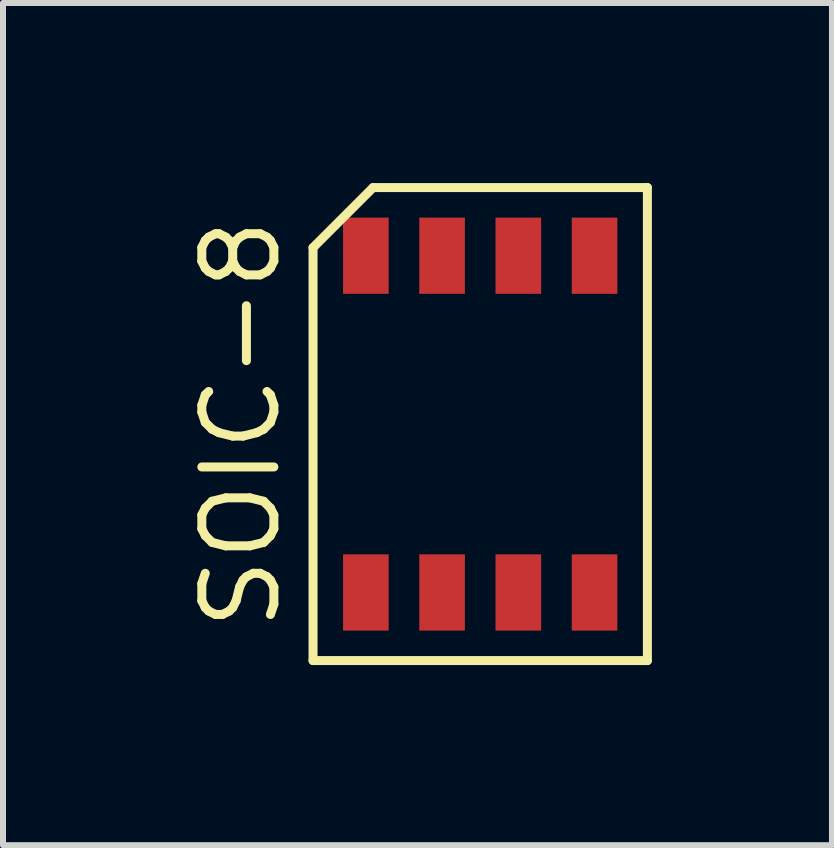
<source format=kicad_pcb>
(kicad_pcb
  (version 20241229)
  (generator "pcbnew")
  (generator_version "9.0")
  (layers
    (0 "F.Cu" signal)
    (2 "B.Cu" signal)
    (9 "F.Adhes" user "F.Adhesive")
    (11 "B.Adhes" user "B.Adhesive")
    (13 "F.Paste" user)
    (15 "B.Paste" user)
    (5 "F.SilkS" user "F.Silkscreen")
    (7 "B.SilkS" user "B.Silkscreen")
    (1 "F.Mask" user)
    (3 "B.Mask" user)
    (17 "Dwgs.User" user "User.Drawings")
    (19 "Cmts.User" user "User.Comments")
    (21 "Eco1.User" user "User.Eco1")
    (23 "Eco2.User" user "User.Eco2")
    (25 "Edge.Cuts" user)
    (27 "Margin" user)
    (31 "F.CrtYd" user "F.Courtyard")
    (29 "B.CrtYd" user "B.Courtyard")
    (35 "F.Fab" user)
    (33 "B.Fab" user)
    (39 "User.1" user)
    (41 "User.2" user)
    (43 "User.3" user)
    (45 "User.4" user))
  (footprint "SOIC-8"
    (layer "F.Cu")
    (at 4.95 4.015)
    (property "Reference" "SOIC-8" (at -3.985 0 90) (layer "F.SilkS") (effects (font (size 1.2 1.2) (thickness 0.15))))
    (attr through_hole)
    (fp_line (start -2.785 -2.94) (end -2.785 3.94) (stroke (width 0.15) (type solid)) (layer "F.SilkS"))
    (fp_line (start -2.785 3.94) (end 2.785 3.94) (stroke (width 0.15) (type solid)) (layer "F.SilkS"))
    (fp_line (start -1.785 -3.94) (end -2.785 -2.94) (stroke (width 0.15) (type solid)) (layer "F.SilkS"))
    (fp_line (start 2.785 -3.94) (end -1.785 -3.94) (stroke (width 0.15) (type solid)) (layer "F.SilkS"))
    (fp_line (start 2.785 3.94) (end 2.785 -3.94) (stroke (width 0.15) (type solid)) (layer "F.SilkS"))
    (pad "1" smd rect (at -1.905 2.805) (size 0.76 1.27) (layers "F.Cu" "F.Mask" "F.Paste"))
    (pad "2" smd rect (at -0.635 2.805) (size 0.76 1.27) (layers "F.Cu" "F.Mask" "F.Paste"))
    (pad "3" smd rect (at 0.635 2.805) (size 0.76 1.27) (layers "F.Cu" "F.Mask" "F.Paste"))
    (pad "4" smd rect (at 1.905 2.805) (size 0.76 1.27) (layers "F.Cu" "F.Mask" "F.Paste"))
    (pad "5" smd rect (at 1.905 -2.805) (size 0.76 1.27) (layers "F.Cu" "F.Mask" "F.Paste"))
    (pad "6" smd rect (at 0.635 -2.805) (size 0.76 1.27) (layers "F.Cu" "F.Mask" "F.Paste"))
    (pad "7" smd rect (at -0.635 -2.805) (size 0.76 1.27) (layers "F.Cu" "F.Mask" "F.Paste"))
    (pad "8" smd rect (at -1.905 -2.805) (size 0.76 1.27) (layers "F.Cu" "F.Mask" "F.Paste")))
  (gr_rect
    (start -3 -3)
    (end 10.81 11.03)
    (stroke (width 0.1) (type default))
    (fill no)
    (layer "Edge.Cuts")))
</source>
